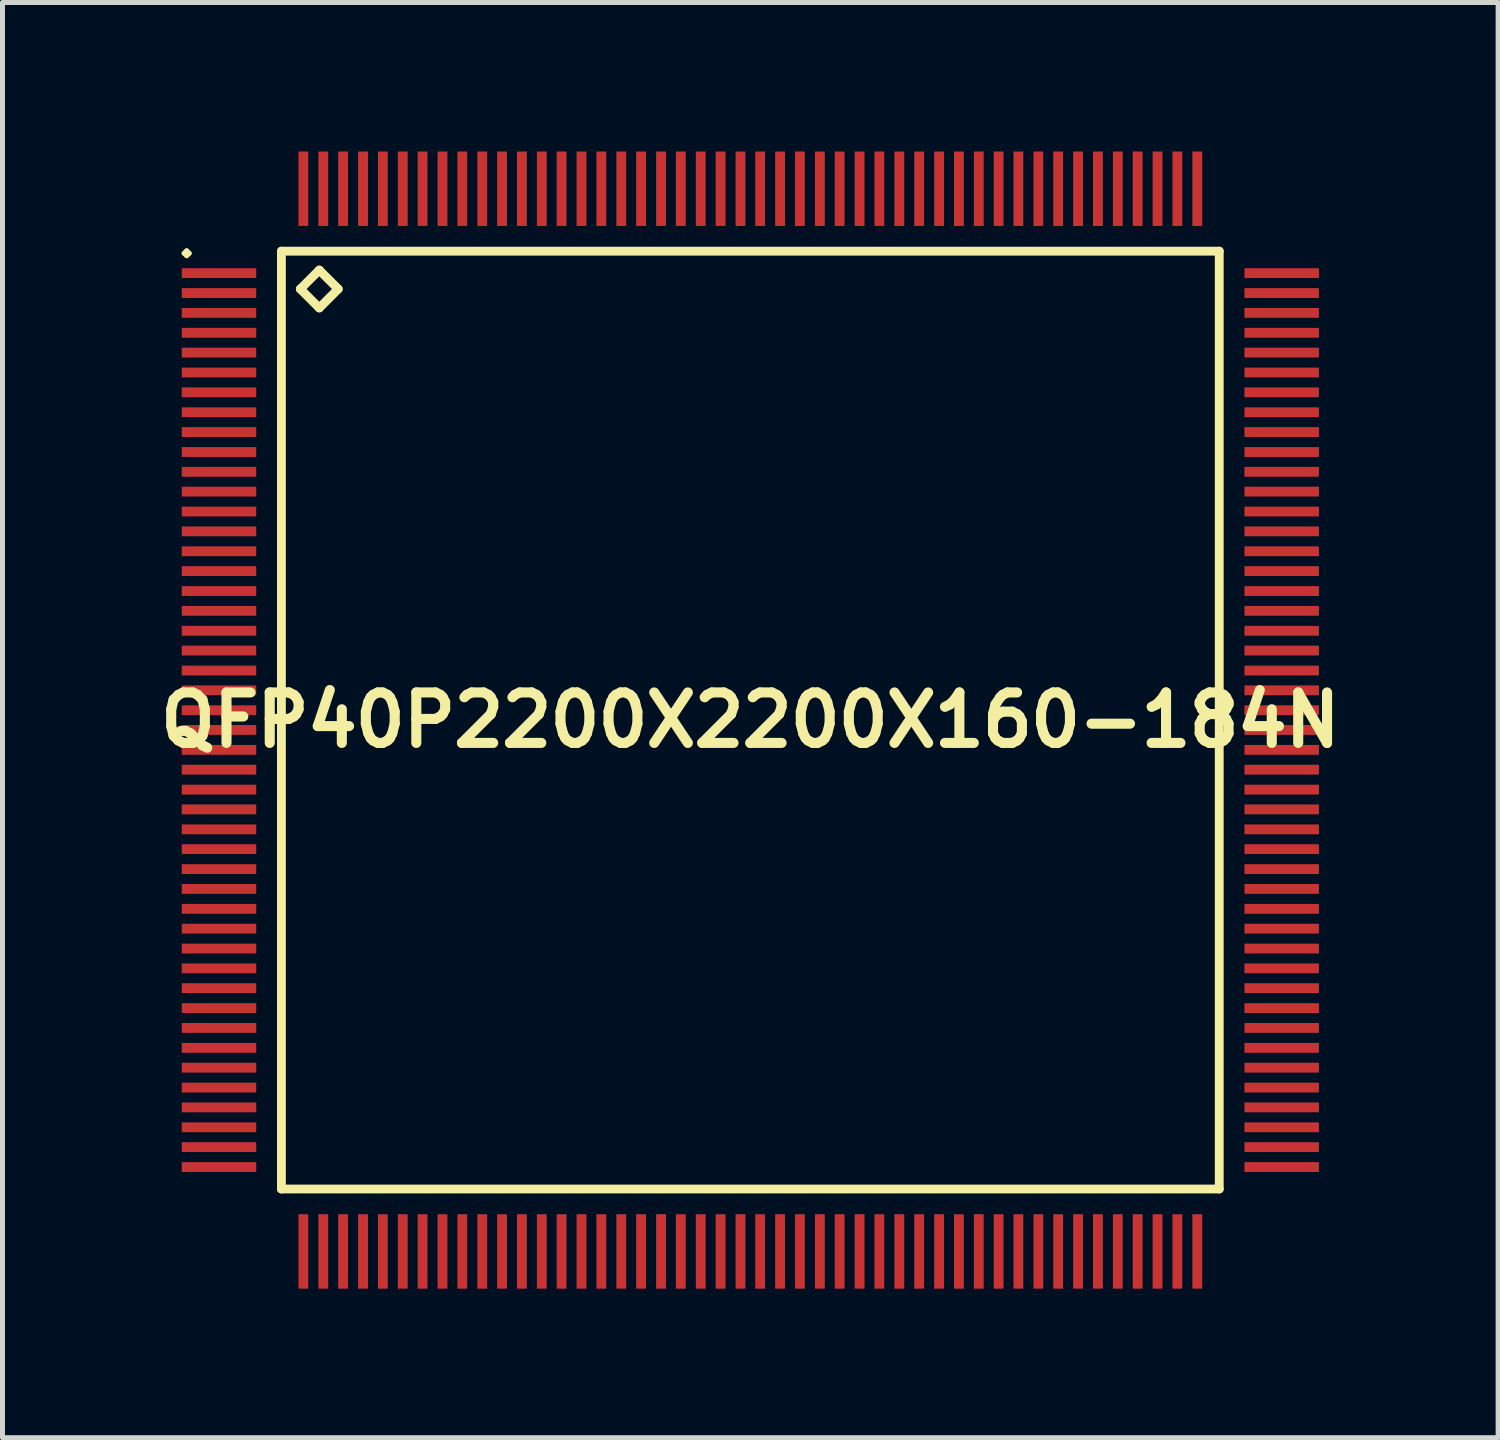
<source format=kicad_pcb>
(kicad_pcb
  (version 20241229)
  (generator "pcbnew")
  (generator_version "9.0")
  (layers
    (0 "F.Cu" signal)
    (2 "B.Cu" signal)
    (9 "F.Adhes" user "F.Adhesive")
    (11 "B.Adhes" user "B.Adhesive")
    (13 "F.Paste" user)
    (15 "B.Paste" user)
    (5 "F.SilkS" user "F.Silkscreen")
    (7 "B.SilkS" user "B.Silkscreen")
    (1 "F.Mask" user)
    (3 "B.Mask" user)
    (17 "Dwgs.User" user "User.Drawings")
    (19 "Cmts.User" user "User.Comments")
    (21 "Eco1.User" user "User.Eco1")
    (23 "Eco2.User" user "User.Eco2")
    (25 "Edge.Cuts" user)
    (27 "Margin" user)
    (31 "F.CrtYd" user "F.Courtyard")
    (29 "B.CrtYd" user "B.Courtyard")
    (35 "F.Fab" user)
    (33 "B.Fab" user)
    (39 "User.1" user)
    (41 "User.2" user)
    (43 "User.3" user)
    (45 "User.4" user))
  (footprint "QFP40P2200X2200X160-184N"
    (layer "F.Cu")
    (at 12.057 11.448)
    (property "Reference" "QFP40P2200X2200X160-184N" (at 0 0 0) (layer "F.SilkS") (effects (font (size 1.016 1.016) (thickness 0.203))))
    (attr smd)
    (fp_line (start -11.4 -9.398) (end -11.349 -9.449) (stroke (width 0.099) (type solid)) (layer "F.SilkS"))
    (fp_line (start -11.349 -9.449) (end -11.298 -9.398) (stroke (width 0.099) (type solid)) (layer "F.SilkS"))
    (fp_line (start -11.349 -9.35) (end -11.4 -9.398) (stroke (width 0.099) (type solid)) (layer "F.SilkS"))
    (fp_line (start -11.298 -9.398) (end -11.349 -9.35) (stroke (width 0.099) (type solid)) (layer "F.SilkS"))
    (fp_line (start -9.441 -9.441) (end -9.441 9.441) (stroke (width 0.178) (type solid)) (layer "F.SilkS"))
    (fp_line (start -9.441 9.441) (end 9.441 9.441) (stroke (width 0.178) (type solid)) (layer "F.SilkS"))
    (fp_line (start -9.06 -8.679) (end -8.679 -9.06) (stroke (width 0.178) (type solid)) (layer "F.SilkS"))
    (fp_line (start -8.679 -9.06) (end -8.298 -8.679) (stroke (width 0.178) (type solid)) (layer "F.SilkS"))
    (fp_line (start -8.679 -8.298) (end -9.06 -8.679) (stroke (width 0.178) (type solid)) (layer "F.SilkS"))
    (fp_line (start -8.298 -8.679) (end -8.679 -8.298) (stroke (width 0.178) (type solid)) (layer "F.SilkS"))
    (fp_line (start 9.441 -9.441) (end -9.441 -9.441) (stroke (width 0.178) (type solid)) (layer "F.SilkS"))
    (fp_line (start 9.441 9.441) (end 9.441 -9.441) (stroke (width 0.178) (type solid)) (layer "F.SilkS"))
    (pad "1" smd rect (at -10.698 -8.999) (size 1.499 0.198) (layers "F.Cu" "F.Mask" "F.Paste"))
    (pad "2" smd rect (at -10.698 -8.598) (size 1.499 0.198) (layers "F.Cu" "F.Mask" "F.Paste"))
    (pad "3" smd rect (at -10.698 -8.199) (size 1.499 0.198) (layers "F.Cu" "F.Mask" "F.Paste"))
    (pad "4" smd rect (at -10.698 -7.798) (size 1.499 0.198) (layers "F.Cu" "F.Mask" "F.Paste"))
    (pad "5" smd rect (at -10.698 -7.399) (size 1.499 0.198) (layers "F.Cu" "F.Mask" "F.Paste"))
    (pad "6" smd rect (at -10.698 -6.998) (size 1.499 0.198) (layers "F.Cu" "F.Mask" "F.Paste"))
    (pad "7" smd rect (at -10.698 -6.599) (size 1.499 0.198) (layers "F.Cu" "F.Mask" "F.Paste"))
    (pad "8" smd rect (at -10.698 -6.198) (size 1.499 0.198) (layers "F.Cu" "F.Mask" "F.Paste"))
    (pad "9" smd rect (at -10.698 -5.799) (size 1.499 0.198) (layers "F.Cu" "F.Mask" "F.Paste"))
    (pad "10" smd rect (at -10.698 -5.397) (size 1.499 0.198) (layers "F.Cu" "F.Mask" "F.Paste"))
    (pad "11" smd rect (at -10.698 -4.999) (size 1.499 0.198) (layers "F.Cu" "F.Mask" "F.Paste"))
    (pad "12" smd rect (at -10.698 -4.6) (size 1.499 0.198) (layers "F.Cu" "F.Mask" "F.Paste"))
    (pad "13" smd rect (at -10.698 -4.199) (size 1.499 0.198) (layers "F.Cu" "F.Mask" "F.Paste"))
    (pad "14" smd rect (at -10.698 -3.8) (size 1.499 0.198) (layers "F.Cu" "F.Mask" "F.Paste"))
    (pad "15" smd rect (at -10.698 -3.399) (size 1.499 0.198) (layers "F.Cu" "F.Mask" "F.Paste"))
    (pad "16" smd rect (at -10.698 -3) (size 1.499 0.198) (layers "F.Cu" "F.Mask" "F.Paste"))
    (pad "17" smd rect (at -10.698 -2.598) (size 1.499 0.198) (layers "F.Cu" "F.Mask" "F.Paste"))
    (pad "18" smd rect (at -10.698 -2.2) (size 1.499 0.198) (layers "F.Cu" "F.Mask" "F.Paste"))
    (pad "19" smd rect (at -10.698 -1.798) (size 1.499 0.198) (layers "F.Cu" "F.Mask" "F.Paste"))
    (pad "20" smd rect (at -10.698 -1.4) (size 1.499 0.198) (layers "F.Cu" "F.Mask" "F.Paste"))
    (pad "21" smd rect (at -10.698 -0.998) (size 1.499 0.198) (layers "F.Cu" "F.Mask" "F.Paste"))
    (pad "22" smd rect (at -10.698 -0.599) (size 1.499 0.198) (layers "F.Cu" "F.Mask" "F.Paste"))
    (pad "23" smd rect (at -10.698 -0.198) (size 1.499 0.198) (layers "F.Cu" "F.Mask" "F.Paste"))
    (pad "24" smd rect (at -10.698 0.198) (size 1.499 0.198) (layers "F.Cu" "F.Mask" "F.Paste"))
    (pad "25" smd rect (at -10.698 0.599) (size 1.499 0.198) (layers "F.Cu" "F.Mask" "F.Paste"))
    (pad "26" smd rect (at -10.698 0.998) (size 1.499 0.198) (layers "F.Cu" "F.Mask" "F.Paste"))
    (pad "27" smd rect (at -10.698 1.4) (size 1.499 0.198) (layers "F.Cu" "F.Mask" "F.Paste"))
    (pad "28" smd rect (at -10.698 1.798) (size 1.499 0.198) (layers "F.Cu" "F.Mask" "F.Paste"))
    (pad "29" smd rect (at -10.698 2.2) (size 1.499 0.198) (layers "F.Cu" "F.Mask" "F.Paste"))
    (pad "30" smd rect (at -10.698 2.598) (size 1.499 0.198) (layers "F.Cu" "F.Mask" "F.Paste"))
    (pad "31" smd rect (at -10.698 3) (size 1.499 0.198) (layers "F.Cu" "F.Mask" "F.Paste"))
    (pad "32" smd rect (at -10.698 3.399) (size 1.499 0.198) (layers "F.Cu" "F.Mask" "F.Paste"))
    (pad "33" smd rect (at -10.698 3.8) (size 1.499 0.198) (layers "F.Cu" "F.Mask" "F.Paste"))
    (pad "34" smd rect (at -10.698 4.199) (size 1.499 0.198) (layers "F.Cu" "F.Mask" "F.Paste"))
    (pad "35" smd rect (at -10.698 4.6) (size 1.499 0.198) (layers "F.Cu" "F.Mask" "F.Paste"))
    (pad "36" smd rect (at -10.698 4.999) (size 1.499 0.198) (layers "F.Cu" "F.Mask" "F.Paste"))
    (pad "37" smd rect (at -10.698 5.397) (size 1.499 0.198) (layers "F.Cu" "F.Mask" "F.Paste"))
    (pad "38" smd rect (at -10.698 5.799) (size 1.499 0.198) (layers "F.Cu" "F.Mask" "F.Paste"))
    (pad "39" smd rect (at -10.698 6.198) (size 1.499 0.198) (layers "F.Cu" "F.Mask" "F.Paste"))
    (pad "40" smd rect (at -10.698 6.599) (size 1.499 0.198) (layers "F.Cu" "F.Mask" "F.Paste"))
    (pad "41" smd rect (at -10.698 6.998) (size 1.499 0.198) (layers "F.Cu" "F.Mask" "F.Paste"))
    (pad "42" smd rect (at -10.698 7.399) (size 1.499 0.198) (layers "F.Cu" "F.Mask" "F.Paste"))
    (pad "43" smd rect (at -10.698 7.798) (size 1.499 0.198) (layers "F.Cu" "F.Mask" "F.Paste"))
    (pad "44" smd rect (at -10.698 8.199) (size 1.499 0.198) (layers "F.Cu" "F.Mask" "F.Paste"))
    (pad "45" smd rect (at -10.698 8.598) (size 1.499 0.198) (layers "F.Cu" "F.Mask" "F.Paste"))
    (pad "46" smd rect (at -10.698 8.999) (size 1.499 0.198) (layers "F.Cu" "F.Mask" "F.Paste"))
    (pad "47" smd rect (at -8.999 10.698) (size 0.198 1.499) (layers "F.Cu" "F.Mask" "F.Paste"))
    (pad "48" smd rect (at -8.598 10.698) (size 0.198 1.499) (layers "F.Cu" "F.Mask" "F.Paste"))
    (pad "49" smd rect (at -8.199 10.698) (size 0.198 1.499) (layers "F.Cu" "F.Mask" "F.Paste"))
    (pad "50" smd rect (at -7.798 10.698) (size 0.198 1.499) (layers "F.Cu" "F.Mask" "F.Paste"))
    (pad "51" smd rect (at -7.399 10.698) (size 0.198 1.499) (layers "F.Cu" "F.Mask" "F.Paste"))
    (pad "52" smd rect (at -6.998 10.698) (size 0.198 1.499) (layers "F.Cu" "F.Mask" "F.Paste"))
    (pad "53" smd rect (at -6.599 10.698) (size 0.198 1.499) (layers "F.Cu" "F.Mask" "F.Paste"))
    (pad "54" smd rect (at -6.198 10.698) (size 0.198 1.499) (layers "F.Cu" "F.Mask" "F.Paste"))
    (pad "55" smd rect (at -5.799 10.698) (size 0.198 1.499) (layers "F.Cu" "F.Mask" "F.Paste"))
    (pad "56" smd rect (at -5.397 10.698) (size 0.198 1.499) (layers "F.Cu" "F.Mask" "F.Paste"))
    (pad "57" smd rect (at -4.999 10.698) (size 0.198 1.499) (layers "F.Cu" "F.Mask" "F.Paste"))
    (pad "58" smd rect (at -4.6 10.698) (size 0.198 1.499) (layers "F.Cu" "F.Mask" "F.Paste"))
    (pad "59" smd rect (at -4.199 10.698) (size 0.198 1.499) (layers "F.Cu" "F.Mask" "F.Paste"))
    (pad "60" smd rect (at -3.8 10.698) (size 0.198 1.499) (layers "F.Cu" "F.Mask" "F.Paste"))
    (pad "61" smd rect (at -3.399 10.698) (size 0.198 1.499) (layers "F.Cu" "F.Mask" "F.Paste"))
    (pad "62" smd rect (at -3 10.698) (size 0.198 1.499) (layers "F.Cu" "F.Mask" "F.Paste"))
    (pad "63" smd rect (at -2.598 10.698) (size 0.198 1.499) (layers "F.Cu" "F.Mask" "F.Paste"))
    (pad "64" smd rect (at -2.2 10.698) (size 0.198 1.499) (layers "F.Cu" "F.Mask" "F.Paste"))
    (pad "65" smd rect (at -1.798 10.698) (size 0.198 1.499) (layers "F.Cu" "F.Mask" "F.Paste"))
    (pad "66" smd rect (at -1.4 10.698) (size 0.198 1.499) (layers "F.Cu" "F.Mask" "F.Paste"))
    (pad "67" smd rect (at -0.998 10.698) (size 0.198 1.499) (layers "F.Cu" "F.Mask" "F.Paste"))
    (pad "68" smd rect (at -0.599 10.698) (size 0.198 1.499) (layers "F.Cu" "F.Mask" "F.Paste"))
    (pad "69" smd rect (at -0.198 10.698) (size 0.198 1.499) (layers "F.Cu" "F.Mask" "F.Paste"))
    (pad "70" smd rect (at 0.198 10.698) (size 0.198 1.499) (layers "F.Cu" "F.Mask" "F.Paste"))
    (pad "71" smd rect (at 0.599 10.698) (size 0.198 1.499) (layers "F.Cu" "F.Mask" "F.Paste"))
    (pad "72" smd rect (at 0.998 10.698) (size 0.198 1.499) (layers "F.Cu" "F.Mask" "F.Paste"))
    (pad "73" smd rect (at 1.4 10.698) (size 0.198 1.499) (layers "F.Cu" "F.Mask" "F.Paste"))
    (pad "74" smd rect (at 1.798 10.698) (size 0.198 1.499) (layers "F.Cu" "F.Mask" "F.Paste"))
    (pad "75" smd rect (at 2.2 10.698) (size 0.198 1.499) (layers "F.Cu" "F.Mask" "F.Paste"))
    (pad "76" smd rect (at 2.598 10.698) (size 0.198 1.499) (layers "F.Cu" "F.Mask" "F.Paste"))
    (pad "77" smd rect (at 3 10.698) (size 0.198 1.499) (layers "F.Cu" "F.Mask" "F.Paste"))
    (pad "78" smd rect (at 3.399 10.698) (size 0.198 1.499) (layers "F.Cu" "F.Mask" "F.Paste"))
    (pad "79" smd rect (at 3.8 10.698) (size 0.198 1.499) (layers "F.Cu" "F.Mask" "F.Paste"))
    (pad "80" smd rect (at 4.199 10.698) (size 0.198 1.499) (layers "F.Cu" "F.Mask" "F.Paste"))
    (pad "81" smd rect (at 4.6 10.698) (size 0.198 1.499) (layers "F.Cu" "F.Mask" "F.Paste"))
    (pad "82" smd rect (at 4.999 10.698) (size 0.198 1.499) (layers "F.Cu" "F.Mask" "F.Paste"))
    (pad "83" smd rect (at 5.397 10.698) (size 0.198 1.499) (layers "F.Cu" "F.Mask" "F.Paste"))
    (pad "84" smd rect (at 5.799 10.698) (size 0.198 1.499) (layers "F.Cu" "F.Mask" "F.Paste"))
    (pad "85" smd rect (at 6.198 10.698) (size 0.198 1.499) (layers "F.Cu" "F.Mask" "F.Paste"))
    (pad "86" smd rect (at 6.599 10.698) (size 0.198 1.499) (layers "F.Cu" "F.Mask" "F.Paste"))
    (pad "87" smd rect (at 6.998 10.698) (size 0.198 1.499) (layers "F.Cu" "F.Mask" "F.Paste"))
    (pad "88" smd rect (at 7.399 10.698) (size 0.198 1.499) (layers "F.Cu" "F.Mask" "F.Paste"))
    (pad "89" smd rect (at 7.798 10.698) (size 0.198 1.499) (layers "F.Cu" "F.Mask" "F.Paste"))
    (pad "90" smd rect (at 8.199 10.698) (size 0.198 1.499) (layers "F.Cu" "F.Mask" "F.Paste"))
    (pad "91" smd rect (at 8.598 10.698) (size 0.198 1.499) (layers "F.Cu" "F.Mask" "F.Paste"))
    (pad "92" smd rect (at 8.999 10.698) (size 0.198 1.499) (layers "F.Cu" "F.Mask" "F.Paste"))
    (pad "93" smd rect (at 10.698 8.999) (size 1.499 0.198) (layers "F.Cu" "F.Mask" "F.Paste"))
    (pad "94" smd rect (at 10.698 8.598) (size 1.499 0.198) (layers "F.Cu" "F.Mask" "F.Paste"))
    (pad "95" smd rect (at 10.698 8.199) (size 1.499 0.198) (layers "F.Cu" "F.Mask" "F.Paste"))
    (pad "96" smd rect (at 10.698 7.798) (size 1.499 0.198) (layers "F.Cu" "F.Mask" "F.Paste"))
    (pad "97" smd rect (at 10.698 7.399) (size 1.499 0.198) (layers "F.Cu" "F.Mask" "F.Paste"))
    (pad "98" smd rect (at 10.698 6.998) (size 1.499 0.198) (layers "F.Cu" "F.Mask" "F.Paste"))
    (pad "99" smd rect (at 10.698 6.599) (size 1.499 0.198) (layers "F.Cu" "F.Mask" "F.Paste"))
    (pad "100" smd rect (at 10.698 6.198) (size 1.499 0.198) (layers "F.Cu" "F.Mask" "F.Paste"))
    (pad "101" smd rect (at 10.698 5.799) (size 1.499 0.198) (layers "F.Cu" "F.Mask" "F.Paste"))
    (pad "102" smd rect (at 10.698 5.397) (size 1.499 0.198) (layers "F.Cu" "F.Mask" "F.Paste"))
    (pad "103" smd rect (at 10.698 4.999) (size 1.499 0.198) (layers "F.Cu" "F.Mask" "F.Paste"))
    (pad "104" smd rect (at 10.698 4.6) (size 1.499 0.198) (layers "F.Cu" "F.Mask" "F.Paste"))
    (pad "105" smd rect (at 10.698 4.199) (size 1.499 0.198) (layers "F.Cu" "F.Mask" "F.Paste"))
    (pad "106" smd rect (at 10.698 3.8) (size 1.499 0.198) (layers "F.Cu" "F.Mask" "F.Paste"))
    (pad "107" smd rect (at 10.698 3.399) (size 1.499 0.198) (layers "F.Cu" "F.Mask" "F.Paste"))
    (pad "108" smd rect (at 10.698 3) (size 1.499 0.198) (layers "F.Cu" "F.Mask" "F.Paste"))
    (pad "109" smd rect (at 10.698 2.598) (size 1.499 0.198) (layers "F.Cu" "F.Mask" "F.Paste"))
    (pad "110" smd rect (at 10.698 2.2) (size 1.499 0.198) (layers "F.Cu" "F.Mask" "F.Paste"))
    (pad "111" smd rect (at 10.698 1.798) (size 1.499 0.198) (layers "F.Cu" "F.Mask" "F.Paste"))
    (pad "112" smd rect (at 10.698 1.4) (size 1.499 0.198) (layers "F.Cu" "F.Mask" "F.Paste"))
    (pad "113" smd rect (at 10.698 0.998) (size 1.499 0.198) (layers "F.Cu" "F.Mask" "F.Paste"))
    (pad "114" smd rect (at 10.698 0.599) (size 1.499 0.198) (layers "F.Cu" "F.Mask" "F.Paste"))
    (pad "115" smd rect (at 10.698 0.198) (size 1.499 0.198) (layers "F.Cu" "F.Mask" "F.Paste"))
    (pad "116" smd rect (at 10.698 -0.198) (size 1.499 0.198) (layers "F.Cu" "F.Mask" "F.Paste"))
    (pad "117" smd rect (at 10.698 -0.599) (size 1.499 0.198) (layers "F.Cu" "F.Mask" "F.Paste"))
    (pad "118" smd rect (at 10.698 -0.998) (size 1.499 0.198) (layers "F.Cu" "F.Mask" "F.Paste"))
    (pad "119" smd rect (at 10.698 -1.4) (size 1.499 0.198) (layers "F.Cu" "F.Mask" "F.Paste"))
    (pad "120" smd rect (at 10.698 -1.798) (size 1.499 0.198) (layers "F.Cu" "F.Mask" "F.Paste"))
    (pad "121" smd rect (at 10.698 -2.2) (size 1.499 0.198) (layers "F.Cu" "F.Mask" "F.Paste"))
    (pad "122" smd rect (at 10.698 -2.598) (size 1.499 0.198) (layers "F.Cu" "F.Mask" "F.Paste"))
    (pad "123" smd rect (at 10.698 -3) (size 1.499 0.198) (layers "F.Cu" "F.Mask" "F.Paste"))
    (pad "124" smd rect (at 10.698 -3.399) (size 1.499 0.198) (layers "F.Cu" "F.Mask" "F.Paste"))
    (pad "125" smd rect (at 10.698 -3.8) (size 1.499 0.198) (layers "F.Cu" "F.Mask" "F.Paste"))
    (pad "126" smd rect (at 10.698 -4.199) (size 1.499 0.198) (layers "F.Cu" "F.Mask" "F.Paste"))
    (pad "127" smd rect (at 10.698 -4.6) (size 1.499 0.198) (layers "F.Cu" "F.Mask" "F.Paste"))
    (pad "128" smd rect (at 10.698 -4.999) (size 1.499 0.198) (layers "F.Cu" "F.Mask" "F.Paste"))
    (pad "129" smd rect (at 10.698 -5.397) (size 1.499 0.198) (layers "F.Cu" "F.Mask" "F.Paste"))
    (pad "130" smd rect (at 10.698 -5.799) (size 1.499 0.198) (layers "F.Cu" "F.Mask" "F.Paste"))
    (pad "131" smd rect (at 10.698 -6.198) (size 1.499 0.198) (layers "F.Cu" "F.Mask" "F.Paste"))
    (pad "132" smd rect (at 10.698 -6.599) (size 1.499 0.198) (layers "F.Cu" "F.Mask" "F.Paste"))
    (pad "133" smd rect (at 10.698 -6.998) (size 1.499 0.198) (layers "F.Cu" "F.Mask" "F.Paste"))
    (pad "134" smd rect (at 10.698 -7.399) (size 1.499 0.198) (layers "F.Cu" "F.Mask" "F.Paste"))
    (pad "135" smd rect (at 10.698 -7.798) (size 1.499 0.198) (layers "F.Cu" "F.Mask" "F.Paste"))
    (pad "136" smd rect (at 10.698 -8.199) (size 1.499 0.198) (layers "F.Cu" "F.Mask" "F.Paste"))
    (pad "137" smd rect (at 10.698 -8.598) (size 1.499 0.198) (layers "F.Cu" "F.Mask" "F.Paste"))
    (pad "138" smd rect (at 10.698 -8.999) (size 1.499 0.198) (layers "F.Cu" "F.Mask" "F.Paste"))
    (pad "139" smd rect (at 8.999 -10.698) (size 0.198 1.499) (layers "F.Cu" "F.Mask" "F.Paste"))
    (pad "140" smd rect (at 8.598 -10.698) (size 0.198 1.499) (layers "F.Cu" "F.Mask" "F.Paste"))
    (pad "141" smd rect (at 8.199 -10.698) (size 0.198 1.499) (layers "F.Cu" "F.Mask" "F.Paste"))
    (pad "142" smd rect (at 7.798 -10.698) (size 0.198 1.499) (layers "F.Cu" "F.Mask" "F.Paste"))
    (pad "143" smd rect (at 7.399 -10.698) (size 0.198 1.499) (layers "F.Cu" "F.Mask" "F.Paste"))
    (pad "144" smd rect (at 6.998 -10.698) (size 0.198 1.499) (layers "F.Cu" "F.Mask" "F.Paste"))
    (pad "145" smd rect (at 6.599 -10.698) (size 0.198 1.499) (layers "F.Cu" "F.Mask" "F.Paste"))
    (pad "146" smd rect (at 6.198 -10.698) (size 0.198 1.499) (layers "F.Cu" "F.Mask" "F.Paste"))
    (pad "147" smd rect (at 5.799 -10.698) (size 0.198 1.499) (layers "F.Cu" "F.Mask" "F.Paste"))
    (pad "148" smd rect (at 5.397 -10.698) (size 0.198 1.499) (layers "F.Cu" "F.Mask" "F.Paste"))
    (pad "149" smd rect (at 4.999 -10.698) (size 0.198 1.499) (layers "F.Cu" "F.Mask" "F.Paste"))
    (pad "150" smd rect (at 4.6 -10.698) (size 0.198 1.499) (layers "F.Cu" "F.Mask" "F.Paste"))
    (pad "151" smd rect (at 4.199 -10.698) (size 0.198 1.499) (layers "F.Cu" "F.Mask" "F.Paste"))
    (pad "152" smd rect (at 3.8 -10.698) (size 0.198 1.499) (layers "F.Cu" "F.Mask" "F.Paste"))
    (pad "153" smd rect (at 3.399 -10.698) (size 0.198 1.499) (layers "F.Cu" "F.Mask" "F.Paste"))
    (pad "154" smd rect (at 3 -10.698) (size 0.198 1.499) (layers "F.Cu" "F.Mask" "F.Paste"))
    (pad "155" smd rect (at 2.598 -10.698) (size 0.198 1.499) (layers "F.Cu" "F.Mask" "F.Paste"))
    (pad "156" smd rect (at 2.2 -10.698) (size 0.198 1.499) (layers "F.Cu" "F.Mask" "F.Paste"))
    (pad "157" smd rect (at 1.798 -10.698) (size 0.198 1.499) (layers "F.Cu" "F.Mask" "F.Paste"))
    (pad "158" smd rect (at 1.4 -10.698) (size 0.198 1.499) (layers "F.Cu" "F.Mask" "F.Paste"))
    (pad "159" smd rect (at 0.998 -10.698) (size 0.198 1.499) (layers "F.Cu" "F.Mask" "F.Paste"))
    (pad "160" smd rect (at 0.599 -10.698) (size 0.198 1.499) (layers "F.Cu" "F.Mask" "F.Paste"))
    (pad "161" smd rect (at 0.198 -10.698) (size 0.198 1.499) (layers "F.Cu" "F.Mask" "F.Paste"))
    (pad "162" smd rect (at -0.198 -10.698) (size 0.198 1.499) (layers "F.Cu" "F.Mask" "F.Paste"))
    (pad "163" smd rect (at -0.599 -10.698) (size 0.198 1.499) (layers "F.Cu" "F.Mask" "F.Paste"))
    (pad "164" smd rect (at -0.998 -10.698) (size 0.198 1.499) (layers "F.Cu" "F.Mask" "F.Paste"))
    (pad "165" smd rect (at -1.4 -10.698) (size 0.198 1.499) (layers "F.Cu" "F.Mask" "F.Paste"))
    (pad "166" smd rect (at -1.798 -10.698) (size 0.198 1.499) (layers "F.Cu" "F.Mask" "F.Paste"))
    (pad "167" smd rect (at -2.2 -10.698) (size 0.198 1.499) (layers "F.Cu" "F.Mask" "F.Paste"))
    (pad "168" smd rect (at -2.598 -10.698) (size 0.198 1.499) (layers "F.Cu" "F.Mask" "F.Paste"))
    (pad "169" smd rect (at -3 -10.698) (size 0.198 1.499) (layers "F.Cu" "F.Mask" "F.Paste"))
    (pad "170" smd rect (at -3.399 -10.698) (size 0.198 1.499) (layers "F.Cu" "F.Mask" "F.Paste"))
    (pad "171" smd rect (at -3.8 -10.698) (size 0.198 1.499) (layers "F.Cu" "F.Mask" "F.Paste"))
    (pad "172" smd rect (at -4.199 -10.698) (size 0.198 1.499) (layers "F.Cu" "F.Mask" "F.Paste"))
    (pad "173" smd rect (at -4.6 -10.698) (size 0.198 1.499) (layers "F.Cu" "F.Mask" "F.Paste"))
    (pad "174" smd rect (at -4.999 -10.698) (size 0.198 1.499) (layers "F.Cu" "F.Mask" "F.Paste"))
    (pad "175" smd rect (at -5.397 -10.698) (size 0.198 1.499) (layers "F.Cu" "F.Mask" "F.Paste"))
    (pad "176" smd rect (at -5.799 -10.698) (size 0.198 1.499) (layers "F.Cu" "F.Mask" "F.Paste"))
    (pad "177" smd rect (at -6.198 -10.698) (size 0.198 1.499) (layers "F.Cu" "F.Mask" "F.Paste"))
    (pad "178" smd rect (at -6.599 -10.698) (size 0.198 1.499) (layers "F.Cu" "F.Mask" "F.Paste"))
    (pad "179" smd rect (at -6.998 -10.698) (size 0.198 1.499) (layers "F.Cu" "F.Mask" "F.Paste"))
    (pad "180" smd rect (at -7.399 -10.698) (size 0.198 1.499) (layers "F.Cu" "F.Mask" "F.Paste"))
    (pad "181" smd rect (at -7.798 -10.698) (size 0.198 1.499) (layers "F.Cu" "F.Mask" "F.Paste"))
    (pad "182" smd rect (at -8.199 -10.698) (size 0.198 1.499) (layers "F.Cu" "F.Mask" "F.Paste"))
    (pad "183" smd rect (at -8.598 -10.698) (size 0.198 1.499) (layers "F.Cu" "F.Mask" "F.Paste"))
    (pad "184" smd rect (at -8.999 -10.698) (size 0.198 1.499) (layers "F.Cu" "F.Mask" "F.Paste")))
  (gr_rect
    (start -3 -3)
    (end 27.113 25.896)
    (stroke (width 0.1) (type default))
    (fill no)
    (layer "Edge.Cuts")))
</source>
